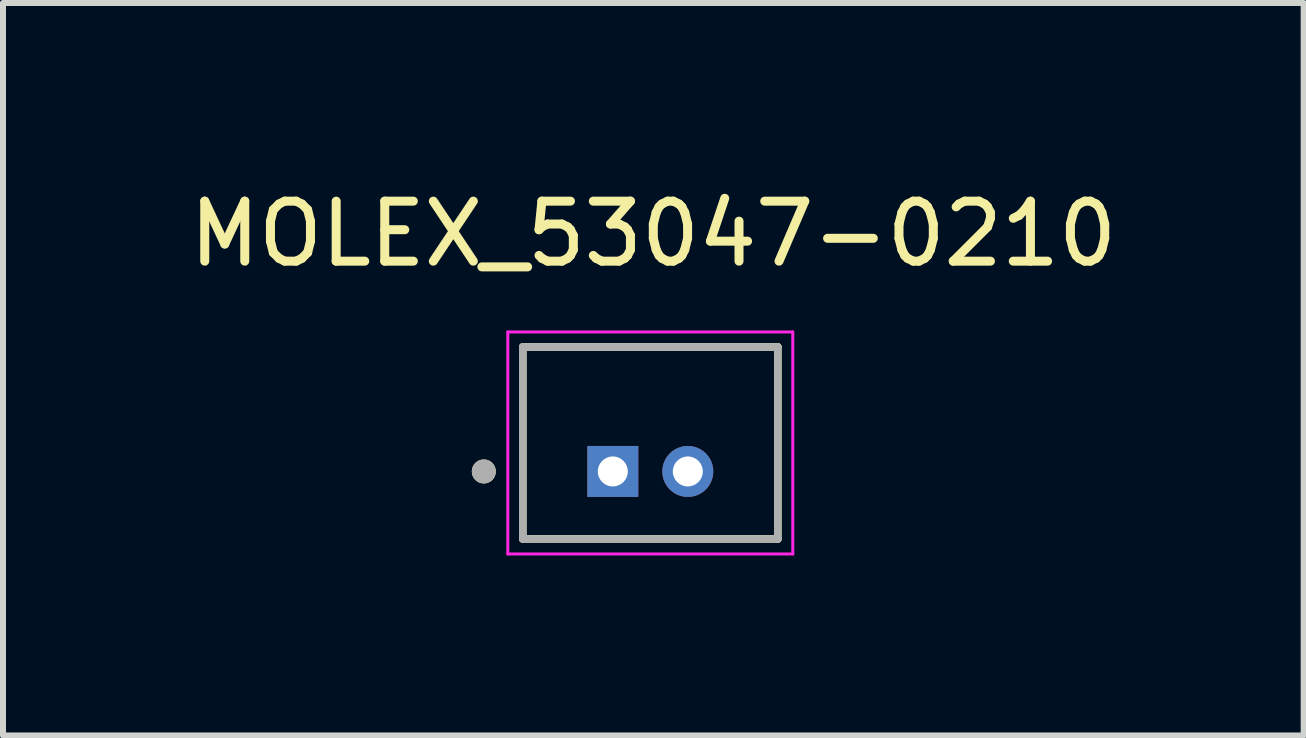
<source format=kicad_pcb>
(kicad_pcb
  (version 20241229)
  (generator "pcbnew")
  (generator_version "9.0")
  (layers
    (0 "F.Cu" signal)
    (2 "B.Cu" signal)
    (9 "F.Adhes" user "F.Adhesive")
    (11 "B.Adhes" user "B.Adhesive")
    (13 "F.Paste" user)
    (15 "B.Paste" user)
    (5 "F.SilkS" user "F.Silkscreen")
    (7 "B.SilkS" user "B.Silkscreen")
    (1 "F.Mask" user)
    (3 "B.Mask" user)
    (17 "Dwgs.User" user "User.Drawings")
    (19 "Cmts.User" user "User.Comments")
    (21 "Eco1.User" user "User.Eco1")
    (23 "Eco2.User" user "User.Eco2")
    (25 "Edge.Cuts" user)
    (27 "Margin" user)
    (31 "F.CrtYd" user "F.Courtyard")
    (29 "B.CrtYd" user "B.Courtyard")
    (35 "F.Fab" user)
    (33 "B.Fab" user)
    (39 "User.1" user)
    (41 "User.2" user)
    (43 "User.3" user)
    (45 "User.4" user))
  (footprint "MOLEX_53047-0210"
    (layer "F.Cu")
    (at 7.789 4.808)
    (property "Reference" "MOLEX_53047-0210" (at 0.05 -3.96 0) (layer "F.SilkS") (effects (font (size 1 1) (thickness 0.15))))
    (attr through_hole)
    (fp_line (start -2.125 1.125) (end -2.125 -2.075) (stroke (width 0.127) (type solid)) (layer "F.SilkS"))
    (fp_line (start 2.125 -2.075) (end -2.125 -2.075) (stroke (width 0.127) (type solid)) (layer "F.SilkS"))
    (fp_line (start 2.125 -2.075) (end 2.125 1.125) (stroke (width 0.127) (type solid)) (layer "F.SilkS"))
    (fp_line (start 2.125 1.125) (end -2.125 1.125) (stroke (width 0.127) (type solid)) (layer "F.SilkS"))
    (fp_circle (center -2.775 0) (end -2.675 0) (stroke (width 0.2) (type solid)) (fill no) (layer "F.SilkS"))
    (fp_line (start -2.375 -2.325) (end 2.375 -2.325) (stroke (width 0.05) (type solid)) (layer "F.CrtYd"))
    (fp_line (start -2.375 1.375) (end -2.375 -2.325) (stroke (width 0.05) (type solid)) (layer "F.CrtYd"))
    (fp_line (start 2.375 -2.325) (end 2.375 1.375) (stroke (width 0.05) (type solid)) (layer "F.CrtYd"))
    (fp_line (start 2.375 1.375) (end -2.375 1.375) (stroke (width 0.05) (type solid)) (layer "F.CrtYd"))
    (fp_line (start -2.125 -2.075) (end 2.125 -2.075) (stroke (width 0.127) (type solid)) (layer "F.Fab"))
    (fp_line (start -2.125 1.125) (end -2.125 -2.075) (stroke (width 0.127) (type solid)) (layer "F.Fab"))
    (fp_line (start 2.125 -2.075) (end 2.125 1.125) (stroke (width 0.127) (type solid)) (layer "F.Fab"))
    (fp_line (start 2.125 1.125) (end -2.125 1.125) (stroke (width 0.127) (type solid)) (layer "F.Fab"))
    (fp_circle (center -2.775 0) (end -2.675 0) (stroke (width 0.2) (type solid)) (fill no) (layer "F.Fab"))
    (pad "01" thru_hole rect (at -0.625 0) (size 0.85 0.85) (drill 0.5) (layers "*.Cu" "*.Mask"))
    (pad "02" thru_hole circle (at 0.625 0) (size 0.85 0.85) (drill 0.5) (layers "*.Cu" "*.Mask")))
  (gr_rect
    (start -3 -3)
    (end 18.679 9.208)
    (stroke (width 0.1) (type default))
    (fill no)
    (layer "Edge.Cuts")))
</source>
